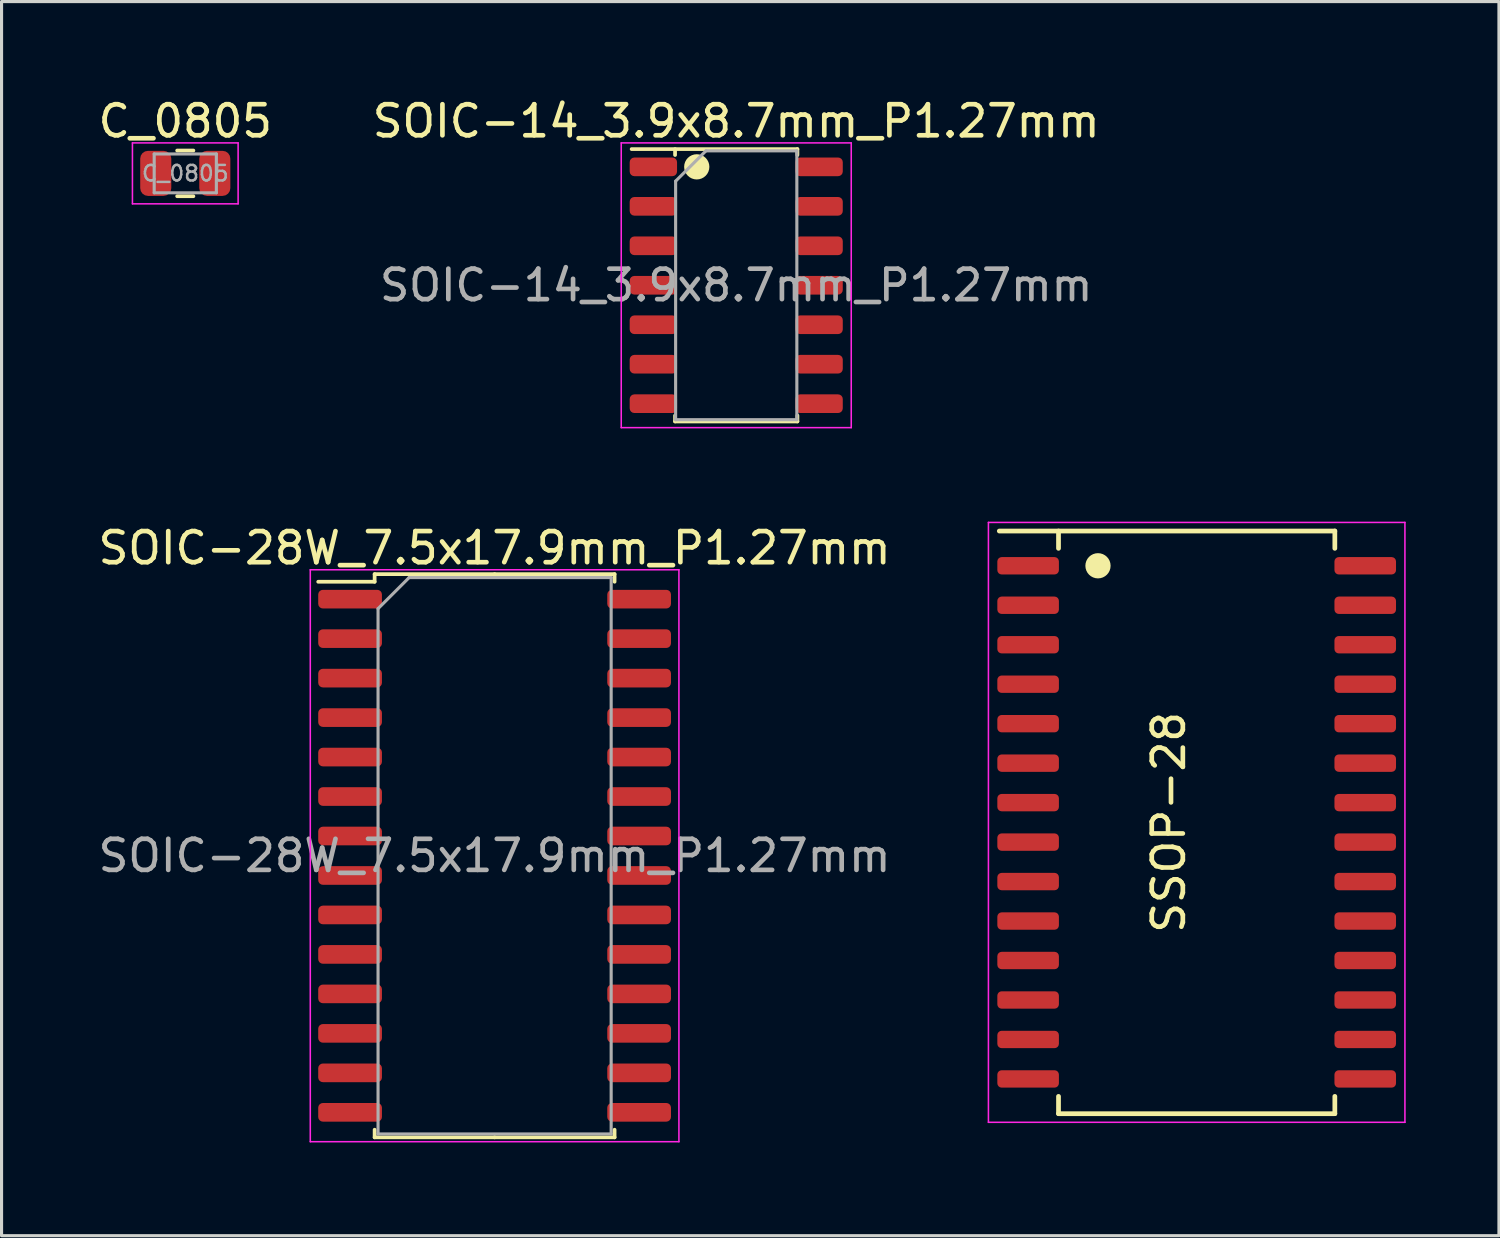
<source format=kicad_pcb>
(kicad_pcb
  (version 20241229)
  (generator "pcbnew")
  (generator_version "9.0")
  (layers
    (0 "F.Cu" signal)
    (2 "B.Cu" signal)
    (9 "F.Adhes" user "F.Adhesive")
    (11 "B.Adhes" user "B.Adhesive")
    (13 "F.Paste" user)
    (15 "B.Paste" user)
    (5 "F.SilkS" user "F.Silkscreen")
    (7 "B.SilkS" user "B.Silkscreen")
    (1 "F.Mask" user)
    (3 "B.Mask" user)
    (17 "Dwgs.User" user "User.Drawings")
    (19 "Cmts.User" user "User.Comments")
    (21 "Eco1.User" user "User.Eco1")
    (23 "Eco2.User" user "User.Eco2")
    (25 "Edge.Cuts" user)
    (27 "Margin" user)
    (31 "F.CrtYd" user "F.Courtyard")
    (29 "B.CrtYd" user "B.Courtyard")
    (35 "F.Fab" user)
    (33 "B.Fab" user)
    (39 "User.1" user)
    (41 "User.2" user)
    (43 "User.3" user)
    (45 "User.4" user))
  (footprint "SOIC-14_3.9x8.7mm_P1.27mm"
    (layer "F.Cu")
    (at 20.637 6.128)
    (property "Reference" "SOIC-14_3.9x8.7mm_P1.27mm" (at 0 -5.28 0) (layer "F.SilkS") (effects (font (size 1 1) (thickness 0.15))))
    (attr smd)
    (fp_line (start -3.365 -4.381) (end 1.968 -4.381) (stroke (width 0.12) (type solid)) (layer "F.SilkS"))
    (fp_line (start -1.968 -4.191) (end -1.968 -4.381) (stroke (width 0.12) (type solid)) (layer "F.SilkS"))
    (fp_line (start -1.968 4.191) (end -1.968 4.381) (stroke (width 0.12) (type solid)) (layer "F.SilkS"))
    (fp_line (start -1.968 4.381) (end 1.968 4.381) (stroke (width 0.12) (type solid)) (layer "F.SilkS"))
    (fp_line (start 1.968 -4.191) (end 1.968 -4.381) (stroke (width 0.12) (type solid)) (layer "F.SilkS"))
    (fp_line (start 1.968 4.381) (end 1.968 4.191) (stroke (width 0.12) (type solid)) (layer "F.SilkS"))
    (fp_circle (center -1.27 -3.81) (end -1.067 -3.81) (stroke (width 0.406) (type solid)) (fill no) (layer "F.SilkS"))
    (fp_line (start -3.7 -4.58) (end -3.7 4.58) (stroke (width 0.05) (type solid)) (layer "F.CrtYd"))
    (fp_line (start -3.7 4.58) (end 3.7 4.58) (stroke (width 0.05) (type solid)) (layer "F.CrtYd"))
    (fp_line (start 3.7 -4.58) (end -3.7 -4.58) (stroke (width 0.05) (type solid)) (layer "F.CrtYd"))
    (fp_line (start 3.7 4.58) (end 3.7 -4.58) (stroke (width 0.05) (type solid)) (layer "F.CrtYd"))
    (fp_line (start -1.95 -3.35) (end -0.975 -4.325) (stroke (width 0.1) (type solid)) (layer "F.Fab"))
    (fp_line (start -1.95 4.325) (end -1.95 -3.35) (stroke (width 0.1) (type solid)) (layer "F.Fab"))
    (fp_line (start -0.975 -4.325) (end 1.95 -4.325) (stroke (width 0.1) (type solid)) (layer "F.Fab"))
    (fp_line (start 1.95 -4.325) (end 1.95 4.325) (stroke (width 0.1) (type solid)) (layer "F.Fab"))
    (fp_line (start 1.95 4.325) (end -1.95 4.325) (stroke (width 0.1) (type solid)) (layer "F.Fab"))
    (fp_text user "${REFERENCE}" (at 0 0 0) (layer "F.Fab") (effects (font (size 0.98 0.98) (thickness 0.15))))
    (pad "1" smd roundrect (at -2.666 -3.81) (size 1.524 0.6) (layers "F.Cu" "F.Mask" "F.Paste") (roundrect_rratio 0.25))
    (pad "2" smd roundrect (at -2.666 -2.54) (size 1.524 0.6) (layers "F.Cu" "F.Mask" "F.Paste") (roundrect_rratio 0.25))
    (pad "3" smd roundrect (at -2.666 -1.27) (size 1.524 0.6) (layers "F.Cu" "F.Mask" "F.Paste") (roundrect_rratio 0.25))
    (pad "4" smd roundrect (at -2.666 0) (size 1.524 0.6) (layers "F.Cu" "F.Mask" "F.Paste") (roundrect_rratio 0.25))
    (pad "5" smd roundrect (at -2.666 1.27) (size 1.524 0.6) (layers "F.Cu" "F.Mask" "F.Paste") (roundrect_rratio 0.25))
    (pad "6" smd roundrect (at -2.666 2.54) (size 1.524 0.6) (layers "F.Cu" "F.Mask" "F.Paste") (roundrect_rratio 0.25))
    (pad "7" smd roundrect (at -2.666 3.81) (size 1.524 0.6) (layers "F.Cu" "F.Mask" "F.Paste") (roundrect_rratio 0.25))
    (pad "8" smd roundrect (at 2.666 3.81) (size 1.524 0.6) (layers "F.Cu" "F.Mask" "F.Paste") (roundrect_rratio 0.25))
    (pad "9" smd roundrect (at 2.666 2.54) (size 1.524 0.6) (layers "F.Cu" "F.Mask" "F.Paste") (roundrect_rratio 0.25))
    (pad "10" smd roundrect (at 2.666 1.27) (size 1.524 0.6) (layers "F.Cu" "F.Mask" "F.Paste") (roundrect_rratio 0.25))
    (pad "11" smd roundrect (at 2.666 0) (size 1.524 0.6) (layers "F.Cu" "F.Mask" "F.Paste") (roundrect_rratio 0.25))
    (pad "12" smd roundrect (at 2.666 -1.27) (size 1.524 0.6) (layers "F.Cu" "F.Mask" "F.Paste") (roundrect_rratio 0.25))
    (pad "13" smd roundrect (at 2.666 -2.54) (size 1.524 0.6) (layers "F.Cu" "F.Mask" "F.Paste") (roundrect_rratio 0.25))
    (pad "14" smd roundrect (at 2.666 -3.81) (size 1.524 0.6) (layers "F.Cu" "F.Mask" "F.Paste") (roundrect_rratio 0.25)))
  (footprint "C_0805"
    (layer "F.Cu")
    (at 2.911 2.528)
    (property "Reference" "C_0805" (at 0 -1.68 0) (layer "F.SilkS") (effects (font (size 1 1) (thickness 0.15))))
    (attr smd)
    (fp_line (start -0.261 -0.735) (end 0.261 -0.735) (stroke (width 0.12) (type solid)) (layer "F.SilkS"))
    (fp_line (start -0.261 0.735) (end 0.261 0.735) (stroke (width 0.12) (type solid)) (layer "F.SilkS"))
    (fp_line (start -1.7 -0.98) (end 1.7 -0.98) (stroke (width 0.05) (type solid)) (layer "F.CrtYd"))
    (fp_line (start -1.7 0.98) (end -1.7 -0.98) (stroke (width 0.05) (type solid)) (layer "F.CrtYd"))
    (fp_line (start 1.7 -0.98) (end 1.7 0.98) (stroke (width 0.05) (type solid)) (layer "F.CrtYd"))
    (fp_line (start 1.7 0.98) (end -1.7 0.98) (stroke (width 0.05) (type solid)) (layer "F.CrtYd"))
    (fp_line (start -1 -0.625) (end 1 -0.625) (stroke (width 0.1) (type solid)) (layer "F.Fab"))
    (fp_line (start -1 0.625) (end -1 -0.625) (stroke (width 0.1) (type solid)) (layer "F.Fab"))
    (fp_line (start 1 -0.625) (end 1 0.625) (stroke (width 0.1) (type solid)) (layer "F.Fab"))
    (fp_line (start 1 0.625) (end -1 0.625) (stroke (width 0.1) (type solid)) (layer "F.Fab"))
    (fp_text user "${REFERENCE}" (at 0 0 0) (layer "F.Fab") (effects (font (size 0.5 0.5) (thickness 0.08))))
    (pad "1" smd roundrect (at -0.95 0) (size 1 1.45) (layers "F.Cu" "F.Mask" "F.Paste") (roundrect_rratio 0.25))
    (pad "2" smd roundrect (at 0.95 0) (size 1 1.45) (layers "F.Cu" "F.Mask" "F.Paste") (roundrect_rratio 0.25)))
  (footprint "SSOP-28"
    (layer "F.Cu")
    (at 35.451 23.408)
    (property "Reference" "SSOP-28" (at -0.9 0 270) (layer "F.SilkS") (effects (font (size 1 1) (thickness 0.15))))
    (attr smd)
    (fp_line (start -4.445 -9.373) (end -4.445 -8.816) (stroke (width 0.152) (type solid)) (layer "F.SilkS"))
    (fp_line (start -4.445 8.816) (end -4.445 9.373) (stroke (width 0.152) (type solid)) (layer "F.SilkS"))
    (fp_line (start -4.445 9.373) (end 4.445 9.373) (stroke (width 0.152) (type solid)) (layer "F.SilkS"))
    (fp_line (start 4.445 -9.373) (end -6.35 -9.373) (stroke (width 0.152) (type solid)) (layer "F.SilkS"))
    (fp_line (start 4.445 -8.816) (end 4.445 -9.373) (stroke (width 0.152) (type solid)) (layer "F.SilkS"))
    (fp_line (start 4.445 9.373) (end 4.445 8.816) (stroke (width 0.152) (type solid)) (layer "F.SilkS"))
    (fp_circle (center -3.175 -8.255) (end -2.972 -8.255) (stroke (width 0.406) (type solid)) (fill no) (layer "F.SilkS"))
    (fp_line (start -6.7 -9.65) (end -6.7 9.65) (stroke (width 0.05) (type solid)) (layer "F.CrtYd"))
    (fp_line (start -6.7 9.65) (end 6.7 9.65) (stroke (width 0.05) (type solid)) (layer "F.CrtYd"))
    (fp_line (start 6.7 -9.65) (end -6.7 -9.65) (stroke (width 0.05) (type solid)) (layer "F.CrtYd"))
    (fp_line (start 6.7 9.65) (end 6.7 -9.65) (stroke (width 0.05) (type solid)) (layer "F.CrtYd"))
    (pad "1" smd roundrect (at -5.423 -8.255) (size 1.981 0.559) (layers "F.Cu" "F.Mask" "F.Paste") (roundrect_rratio 0.25))
    (pad "2" smd roundrect (at -5.423 -6.985) (size 1.981 0.559) (layers "F.Cu" "F.Mask" "F.Paste") (roundrect_rratio 0.25))
    (pad "3" smd roundrect (at -5.423 -5.715) (size 1.981 0.559) (layers "F.Cu" "F.Mask" "F.Paste") (roundrect_rratio 0.25))
    (pad "4" smd roundrect (at -5.423 -4.445) (size 1.981 0.559) (layers "F.Cu" "F.Mask" "F.Paste") (roundrect_rratio 0.25))
    (pad "5" smd roundrect (at -5.423 -3.175) (size 1.981 0.559) (layers "F.Cu" "F.Mask" "F.Paste") (roundrect_rratio 0.25))
    (pad "6" smd roundrect (at -5.423 -1.905) (size 1.981 0.559) (layers "F.Cu" "F.Mask" "F.Paste") (roundrect_rratio 0.25))
    (pad "7" smd roundrect (at -5.423 -0.635) (size 1.981 0.559) (layers "F.Cu" "F.Mask" "F.Paste") (roundrect_rratio 0.25))
    (pad "8" smd roundrect (at -5.423 0.635) (size 1.981 0.559) (layers "F.Cu" "F.Mask" "F.Paste") (roundrect_rratio 0.25))
    (pad "9" smd roundrect (at -5.423 1.905) (size 1.981 0.559) (layers "F.Cu" "F.Mask" "F.Paste") (roundrect_rratio 0.25))
    (pad "10" smd roundrect (at -5.423 3.175) (size 1.981 0.559) (layers "F.Cu" "F.Mask" "F.Paste") (roundrect_rratio 0.25))
    (pad "11" smd roundrect (at -5.423 4.445) (size 1.981 0.559) (layers "F.Cu" "F.Mask" "F.Paste") (roundrect_rratio 0.25))
    (pad "12" smd roundrect (at -5.423 5.715) (size 1.981 0.559) (layers "F.Cu" "F.Mask" "F.Paste") (roundrect_rratio 0.25))
    (pad "13" smd roundrect (at -5.423 6.985) (size 1.981 0.559) (layers "F.Cu" "F.Mask" "F.Paste") (roundrect_rratio 0.25))
    (pad "14" smd roundrect (at -5.423 8.255) (size 1.981 0.559) (layers "F.Cu" "F.Mask" "F.Paste") (roundrect_rratio 0.25))
    (pad "15" smd roundrect (at 5.423 8.255) (size 1.981 0.559) (layers "F.Cu" "F.Mask" "F.Paste") (roundrect_rratio 0.25))
    (pad "16" smd roundrect (at 5.423 6.985) (size 1.981 0.559) (layers "F.Cu" "F.Mask" "F.Paste") (roundrect_rratio 0.25))
    (pad "17" smd roundrect (at 5.423 5.715) (size 1.981 0.559) (layers "F.Cu" "F.Mask" "F.Paste") (roundrect_rratio 0.25))
    (pad "18" smd roundrect (at 5.423 4.445) (size 1.981 0.559) (layers "F.Cu" "F.Mask" "F.Paste") (roundrect_rratio 0.25))
    (pad "19" smd roundrect (at 5.423 3.175) (size 1.981 0.559) (layers "F.Cu" "F.Mask" "F.Paste") (roundrect_rratio 0.25))
    (pad "20" smd roundrect (at 5.423 1.905) (size 1.981 0.559) (layers "F.Cu" "F.Mask" "F.Paste") (roundrect_rratio 0.25))
    (pad "21" smd roundrect (at 5.423 0.635) (size 1.981 0.559) (layers "F.Cu" "F.Mask" "F.Paste") (roundrect_rratio 0.25))
    (pad "22" smd roundrect (at 5.423 -0.635) (size 1.981 0.559) (layers "F.Cu" "F.Mask" "F.Paste") (roundrect_rratio 0.25))
    (pad "23" smd roundrect (at 5.423 -1.905) (size 1.981 0.559) (layers "F.Cu" "F.Mask" "F.Paste") (roundrect_rratio 0.25))
    (pad "24" smd roundrect (at 5.423 -3.175) (size 1.981 0.559) (layers "F.Cu" "F.Mask" "F.Paste") (roundrect_rratio 0.25))
    (pad "25" smd roundrect (at 5.423 -4.445) (size 1.981 0.559) (layers "F.Cu" "F.Mask" "F.Paste") (roundrect_rratio 0.25))
    (pad "26" smd roundrect (at 5.423 -5.715) (size 1.981 0.559) (layers "F.Cu" "F.Mask" "F.Paste") (roundrect_rratio 0.25))
    (pad "27" smd roundrect (at 5.423 -6.985) (size 1.981 0.559) (layers "F.Cu" "F.Mask" "F.Paste") (roundrect_rratio 0.25))
    (pad "28" smd roundrect (at 5.423 -8.255) (size 1.981 0.559) (layers "F.Cu" "F.Mask" "F.Paste") (roundrect_rratio 0.25)))
  (footprint "SOIC-28W_7.5x17.9mm_P1.27mm"
    (layer "F.Cu")
    (at 12.863 24.482)
    (property "Reference" "SOIC-28W_7.5x17.9mm_P1.27mm" (at 0 -9.9 0) (layer "F.SilkS") (effects (font (size 1 1) (thickness 0.15))))
    (attr smd)
    (fp_line (start -3.86 -9.06) (end -3.86 -8.815) (stroke (width 0.12) (type solid)) (layer "F.SilkS"))
    (fp_line (start -3.86 -8.815) (end -5.675 -8.815) (stroke (width 0.12) (type solid)) (layer "F.SilkS"))
    (fp_line (start -3.86 9.06) (end -3.86 8.815) (stroke (width 0.12) (type solid)) (layer "F.SilkS"))
    (fp_line (start 0 -9.06) (end -3.86 -9.06) (stroke (width 0.12) (type solid)) (layer "F.SilkS"))
    (fp_line (start 0 -9.06) (end 3.86 -9.06) (stroke (width 0.12) (type solid)) (layer "F.SilkS"))
    (fp_line (start 0 9.06) (end -3.86 9.06) (stroke (width 0.12) (type solid)) (layer "F.SilkS"))
    (fp_line (start 0 9.06) (end 3.86 9.06) (stroke (width 0.12) (type solid)) (layer "F.SilkS"))
    (fp_line (start 3.86 -9.06) (end 3.86 -8.815) (stroke (width 0.12) (type solid)) (layer "F.SilkS"))
    (fp_line (start 3.86 9.06) (end 3.86 8.815) (stroke (width 0.12) (type solid)) (layer "F.SilkS"))
    (fp_line (start -5.93 -9.2) (end -5.93 9.2) (stroke (width 0.05) (type solid)) (layer "F.CrtYd"))
    (fp_line (start -5.93 9.2) (end 5.93 9.2) (stroke (width 0.05) (type solid)) (layer "F.CrtYd"))
    (fp_line (start 5.93 -9.2) (end -5.93 -9.2) (stroke (width 0.05) (type solid)) (layer "F.CrtYd"))
    (fp_line (start 5.93 9.2) (end 5.93 -9.2) (stroke (width 0.05) (type solid)) (layer "F.CrtYd"))
    (fp_line (start -3.75 -7.95) (end -2.75 -8.95) (stroke (width 0.1) (type solid)) (layer "F.Fab"))
    (fp_line (start -3.75 8.95) (end -3.75 -7.95) (stroke (width 0.1) (type solid)) (layer "F.Fab"))
    (fp_line (start -2.75 -8.95) (end 3.75 -8.95) (stroke (width 0.1) (type solid)) (layer "F.Fab"))
    (fp_line (start 3.75 -8.95) (end 3.75 8.95) (stroke (width 0.1) (type solid)) (layer "F.Fab"))
    (fp_line (start 3.75 8.95) (end -3.75 8.95) (stroke (width 0.1) (type solid)) (layer "F.Fab"))
    (fp_text user "${REFERENCE}" (at 0 0 0) (layer "F.Fab") (effects (font (size 1 1) (thickness 0.15))))
    (pad "1" smd roundrect (at -4.65 -8.255) (size 2.05 0.6) (layers "F.Cu" "F.Mask" "F.Paste") (roundrect_rratio 0.25))
    (pad "2" smd roundrect (at -4.65 -6.985) (size 2.05 0.6) (layers "F.Cu" "F.Mask" "F.Paste") (roundrect_rratio 0.25))
    (pad "3" smd roundrect (at -4.65 -5.715) (size 2.05 0.6) (layers "F.Cu" "F.Mask" "F.Paste") (roundrect_rratio 0.25))
    (pad "4" smd roundrect (at -4.65 -4.445) (size 2.05 0.6) (layers "F.Cu" "F.Mask" "F.Paste") (roundrect_rratio 0.25))
    (pad "5" smd roundrect (at -4.65 -3.175) (size 2.05 0.6) (layers "F.Cu" "F.Mask" "F.Paste") (roundrect_rratio 0.25))
    (pad "6" smd roundrect (at -4.65 -1.905) (size 2.05 0.6) (layers "F.Cu" "F.Mask" "F.Paste") (roundrect_rratio 0.25))
    (pad "7" smd roundrect (at -4.65 -0.635) (size 2.05 0.6) (layers "F.Cu" "F.Mask" "F.Paste") (roundrect_rratio 0.25))
    (pad "8" smd roundrect (at -4.65 0.635) (size 2.05 0.6) (layers "F.Cu" "F.Mask" "F.Paste") (roundrect_rratio 0.25))
    (pad "9" smd roundrect (at -4.65 1.905) (size 2.05 0.6) (layers "F.Cu" "F.Mask" "F.Paste") (roundrect_rratio 0.25))
    (pad "10" smd roundrect (at -4.65 3.175) (size 2.05 0.6) (layers "F.Cu" "F.Mask" "F.Paste") (roundrect_rratio 0.25))
    (pad "11" smd roundrect (at -4.65 4.445) (size 2.05 0.6) (layers "F.Cu" "F.Mask" "F.Paste") (roundrect_rratio 0.25))
    (pad "12" smd roundrect (at -4.65 5.715) (size 2.05 0.6) (layers "F.Cu" "F.Mask" "F.Paste") (roundrect_rratio 0.25))
    (pad "13" smd roundrect (at -4.65 6.985) (size 2.05 0.6) (layers "F.Cu" "F.Mask" "F.Paste") (roundrect_rratio 0.25))
    (pad "14" smd roundrect (at -4.65 8.255) (size 2.05 0.6) (layers "F.Cu" "F.Mask" "F.Paste") (roundrect_rratio 0.25))
    (pad "15" smd roundrect (at 4.65 8.255) (size 2.05 0.6) (layers "F.Cu" "F.Mask" "F.Paste") (roundrect_rratio 0.25))
    (pad "16" smd roundrect (at 4.65 6.985) (size 2.05 0.6) (layers "F.Cu" "F.Mask" "F.Paste") (roundrect_rratio 0.25))
    (pad "17" smd roundrect (at 4.65 5.715) (size 2.05 0.6) (layers "F.Cu" "F.Mask" "F.Paste") (roundrect_rratio 0.25))
    (pad "18" smd roundrect (at 4.65 4.445) (size 2.05 0.6) (layers "F.Cu" "F.Mask" "F.Paste") (roundrect_rratio 0.25))
    (pad "19" smd roundrect (at 4.65 3.175) (size 2.05 0.6) (layers "F.Cu" "F.Mask" "F.Paste") (roundrect_rratio 0.25))
    (pad "20" smd roundrect (at 4.65 1.905) (size 2.05 0.6) (layers "F.Cu" "F.Mask" "F.Paste") (roundrect_rratio 0.25))
    (pad "21" smd roundrect (at 4.65 0.635) (size 2.05 0.6) (layers "F.Cu" "F.Mask" "F.Paste") (roundrect_rratio 0.25))
    (pad "22" smd roundrect (at 4.65 -0.635) (size 2.05 0.6) (layers "F.Cu" "F.Mask" "F.Paste") (roundrect_rratio 0.25))
    (pad "23" smd roundrect (at 4.65 -1.905) (size 2.05 0.6) (layers "F.Cu" "F.Mask" "F.Paste") (roundrect_rratio 0.25))
    (pad "24" smd roundrect (at 4.65 -3.175) (size 2.05 0.6) (layers "F.Cu" "F.Mask" "F.Paste") (roundrect_rratio 0.25))
    (pad "25" smd roundrect (at 4.65 -4.445) (size 2.05 0.6) (layers "F.Cu" "F.Mask" "F.Paste") (roundrect_rratio 0.25))
    (pad "26" smd roundrect (at 4.65 -5.715) (size 2.05 0.6) (layers "F.Cu" "F.Mask" "F.Paste") (roundrect_rratio 0.25))
    (pad "27" smd roundrect (at 4.65 -6.985) (size 2.05 0.6) (layers "F.Cu" "F.Mask" "F.Paste") (roundrect_rratio 0.25))
    (pad "28" smd roundrect (at 4.65 -8.255) (size 2.05 0.6) (layers "F.Cu" "F.Mask" "F.Paste") (roundrect_rratio 0.25)))
  (gr_rect
    (start -3 -3)
    (end 45.176 36.706)
    (stroke (width 0.1) (type default))
    (fill no)
    (layer "Edge.Cuts")))
</source>
